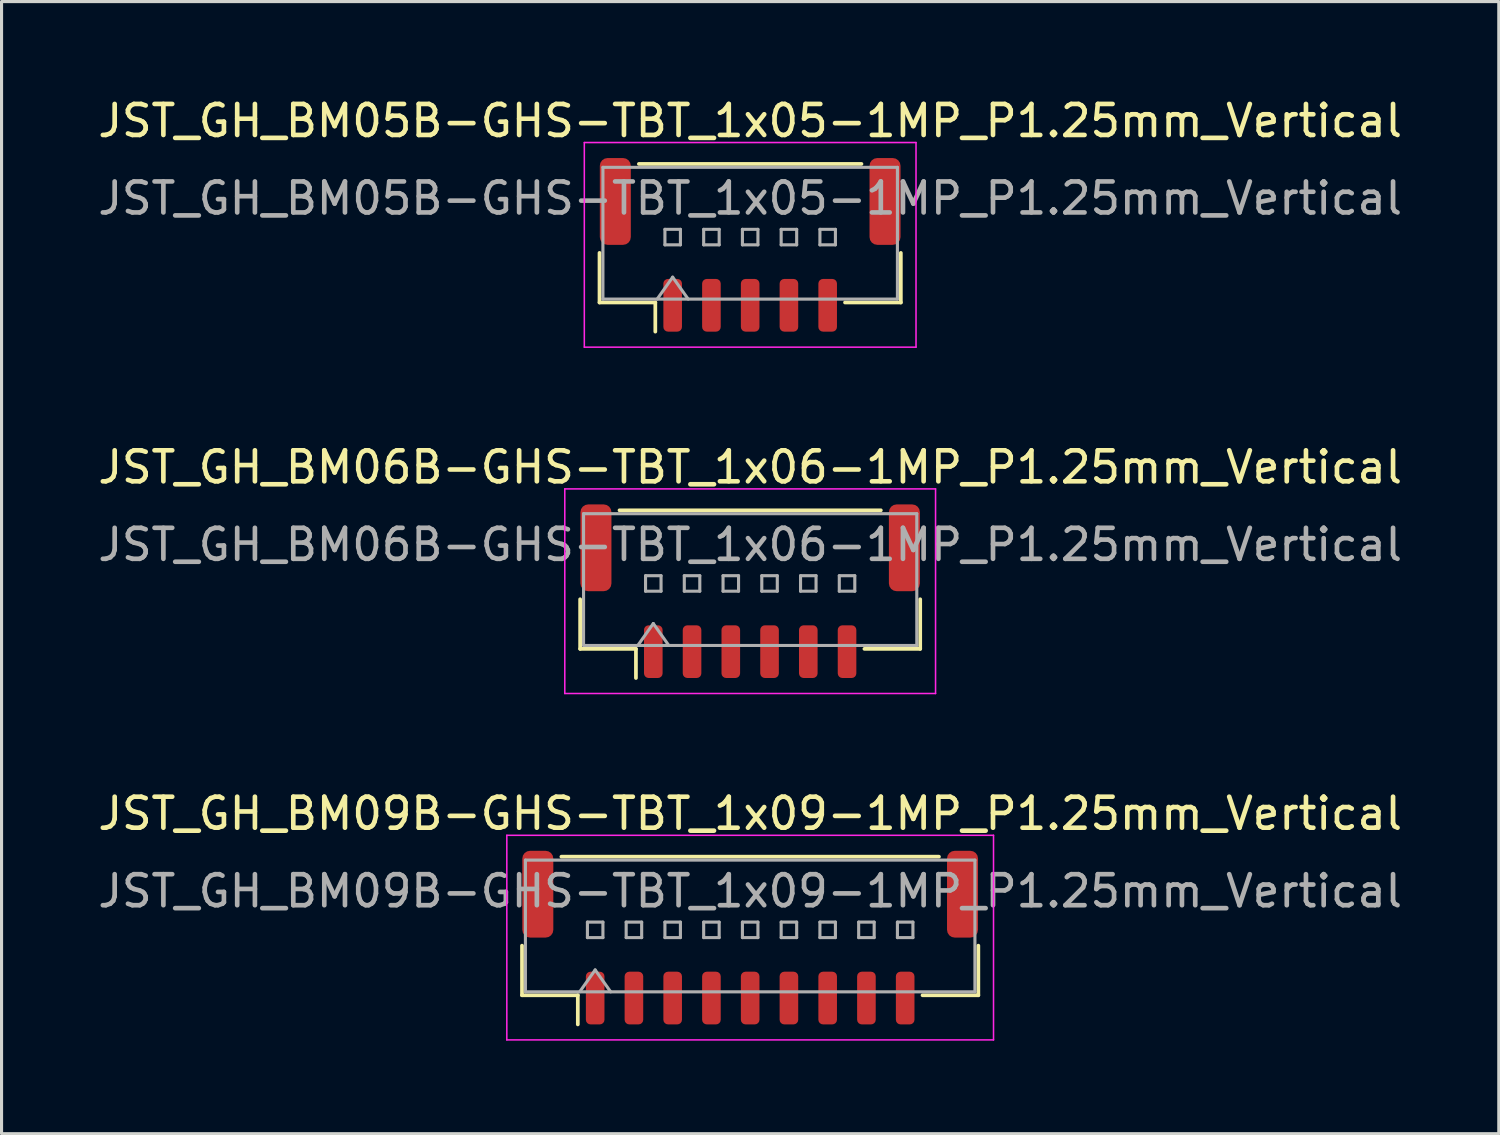
<source format=kicad_pcb>
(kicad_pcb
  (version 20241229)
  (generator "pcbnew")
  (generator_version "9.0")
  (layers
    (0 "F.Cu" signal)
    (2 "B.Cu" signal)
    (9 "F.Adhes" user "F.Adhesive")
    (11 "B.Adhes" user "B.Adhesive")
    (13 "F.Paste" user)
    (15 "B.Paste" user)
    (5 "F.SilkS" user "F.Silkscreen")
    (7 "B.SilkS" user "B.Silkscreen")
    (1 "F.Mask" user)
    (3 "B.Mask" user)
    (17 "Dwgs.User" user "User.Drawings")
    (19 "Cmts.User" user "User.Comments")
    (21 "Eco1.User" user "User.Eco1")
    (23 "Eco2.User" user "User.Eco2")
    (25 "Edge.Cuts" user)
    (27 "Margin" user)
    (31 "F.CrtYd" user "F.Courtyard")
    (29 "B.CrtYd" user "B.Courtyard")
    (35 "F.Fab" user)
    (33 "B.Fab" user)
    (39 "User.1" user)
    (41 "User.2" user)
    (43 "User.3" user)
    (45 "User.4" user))
  (footprint "JST_GH_BM05B-GHS-TBT_1x05-1MP_P1.25mm_Vertical"
    (layer "F.Cu")
    (at 21.149 4.848)
    (property "Reference" "JST_GH_BM05B-GHS-TBT_1x05-1MP_P1.25mm_Vertical" (at 0 -4 0) (layer "F.SilkS") (effects (font (size 1 1) (thickness 0.15))))
    (attr smd)
    (fp_line (start -4.86 0.26) (end -4.86 1.86) (stroke (width 0.12) (type solid)) (layer "F.SilkS"))
    (fp_line (start -4.86 1.86) (end -3.06 1.86) (stroke (width 0.12) (type solid)) (layer "F.SilkS"))
    (fp_line (start -3.59 -2.61) (end 3.59 -2.61) (stroke (width 0.12) (type solid)) (layer "F.SilkS"))
    (fp_line (start -3.06 1.86) (end -3.06 2.8) (stroke (width 0.12) (type solid)) (layer "F.SilkS"))
    (fp_line (start 4.86 0.26) (end 4.86 1.86) (stroke (width 0.12) (type solid)) (layer "F.SilkS"))
    (fp_line (start 4.86 1.86) (end 3.06 1.86) (stroke (width 0.12) (type solid)) (layer "F.SilkS"))
    (fp_line (start -5.35 -3.3) (end -5.35 3.3) (stroke (width 0.05) (type solid)) (layer "F.CrtYd"))
    (fp_line (start -5.35 3.3) (end 5.35 3.3) (stroke (width 0.05) (type solid)) (layer "F.CrtYd"))
    (fp_line (start 5.35 -3.3) (end -5.35 -3.3) (stroke (width 0.05) (type solid)) (layer "F.CrtYd"))
    (fp_line (start 5.35 3.3) (end 5.35 -3.3) (stroke (width 0.05) (type solid)) (layer "F.CrtYd"))
    (fp_line (start -4.75 -2.5) (end 4.75 -2.5) (stroke (width 0.1) (type solid)) (layer "F.Fab"))
    (fp_line (start -4.75 1.75) (end -4.75 -2.5) (stroke (width 0.1) (type solid)) (layer "F.Fab"))
    (fp_line (start -4.75 1.75) (end 4.75 1.75) (stroke (width 0.1) (type solid)) (layer "F.Fab"))
    (fp_line (start -3 1.75) (end -2.5 1.043) (stroke (width 0.1) (type solid)) (layer "F.Fab"))
    (fp_line (start -2.75 -0.5) (end -2.75 0) (stroke (width 0.1) (type solid)) (layer "F.Fab"))
    (fp_line (start -2.75 0) (end -2.25 0) (stroke (width 0.1) (type solid)) (layer "F.Fab"))
    (fp_line (start -2.5 1.043) (end -2 1.75) (stroke (width 0.1) (type solid)) (layer "F.Fab"))
    (fp_line (start -2.25 -0.5) (end -2.75 -0.5) (stroke (width 0.1) (type solid)) (layer "F.Fab"))
    (fp_line (start -2.25 0) (end -2.25 -0.5) (stroke (width 0.1) (type solid)) (layer "F.Fab"))
    (fp_line (start -1.5 -0.5) (end -1.5 0) (stroke (width 0.1) (type solid)) (layer "F.Fab"))
    (fp_line (start -1.5 0) (end -1 0) (stroke (width 0.1) (type solid)) (layer "F.Fab"))
    (fp_line (start -1 -0.5) (end -1.5 -0.5) (stroke (width 0.1) (type solid)) (layer "F.Fab"))
    (fp_line (start -1 0) (end -1 -0.5) (stroke (width 0.1) (type solid)) (layer "F.Fab"))
    (fp_line (start -0.25 -0.5) (end -0.25 0) (stroke (width 0.1) (type solid)) (layer "F.Fab"))
    (fp_line (start -0.25 0) (end 0.25 0) (stroke (width 0.1) (type solid)) (layer "F.Fab"))
    (fp_line (start 0.25 -0.5) (end -0.25 -0.5) (stroke (width 0.1) (type solid)) (layer "F.Fab"))
    (fp_line (start 0.25 0) (end 0.25 -0.5) (stroke (width 0.1) (type solid)) (layer "F.Fab"))
    (fp_line (start 1 -0.5) (end 1 0) (stroke (width 0.1) (type solid)) (layer "F.Fab"))
    (fp_line (start 1 0) (end 1.5 0) (stroke (width 0.1) (type solid)) (layer "F.Fab"))
    (fp_line (start 1.5 -0.5) (end 1 -0.5) (stroke (width 0.1) (type solid)) (layer "F.Fab"))
    (fp_line (start 1.5 0) (end 1.5 -0.5) (stroke (width 0.1) (type solid)) (layer "F.Fab"))
    (fp_line (start 2.25 -0.5) (end 2.25 0) (stroke (width 0.1) (type solid)) (layer "F.Fab"))
    (fp_line (start 2.25 0) (end 2.75 0) (stroke (width 0.1) (type solid)) (layer "F.Fab"))
    (fp_line (start 2.75 -0.5) (end 2.25 -0.5) (stroke (width 0.1) (type solid)) (layer "F.Fab"))
    (fp_line (start 2.75 0) (end 2.75 -0.5) (stroke (width 0.1) (type solid)) (layer "F.Fab"))
    (fp_line (start 4.75 1.75) (end 4.75 -2.5) (stroke (width 0.1) (type solid)) (layer "F.Fab"))
    (fp_text user "${REFERENCE}" (at 0 -1.5 0) (layer "F.Fab") (effects (font (size 1 1) (thickness 0.15))))
    (pad "1" smd roundrect (at -2.5 1.95) (size 0.6 1.7) (layers "F.Cu" "F.Mask" "F.Paste") (roundrect_rratio 0.25))
    (pad "2" smd roundrect (at -1.25 1.95) (size 0.6 1.7) (layers "F.Cu" "F.Mask" "F.Paste") (roundrect_rratio 0.25))
    (pad "3" smd roundrect (at 0 1.95) (size 0.6 1.7) (layers "F.Cu" "F.Mask" "F.Paste") (roundrect_rratio 0.25))
    (pad "4" smd roundrect (at 1.25 1.95) (size 0.6 1.7) (layers "F.Cu" "F.Mask" "F.Paste") (roundrect_rratio 0.25))
    (pad "5" smd roundrect (at 2.5 1.95) (size 0.6 1.7) (layers "F.Cu" "F.Mask" "F.Paste") (roundrect_rratio 0.25))
    (pad "MP" smd roundrect (at -4.35 -1.4) (size 1 2.8) (layers "F.Cu" "F.Mask" "F.Paste") (roundrect_rratio 0.25))
    (pad "MP" smd roundrect (at 4.35 -1.4) (size 1 2.8) (layers "F.Cu" "F.Mask" "F.Paste") (roundrect_rratio 0.25)))
  (footprint "JST_GH_BM06B-GHS-TBT_1x06-1MP_P1.25mm_Vertical"
    (layer "F.Cu")
    (at 21.149 16.021)
    (property "Reference" "JST_GH_BM06B-GHS-TBT_1x06-1MP_P1.25mm_Vertical" (at 0 -4 0) (layer "F.SilkS") (effects (font (size 1 1) (thickness 0.15))))
    (attr smd)
    (fp_line (start -5.485 0.26) (end -5.485 1.86) (stroke (width 0.12) (type solid)) (layer "F.SilkS"))
    (fp_line (start -5.485 1.86) (end -3.685 1.86) (stroke (width 0.12) (type solid)) (layer "F.SilkS"))
    (fp_line (start -4.215 -2.61) (end 4.215 -2.61) (stroke (width 0.12) (type solid)) (layer "F.SilkS"))
    (fp_line (start -3.685 1.86) (end -3.685 2.8) (stroke (width 0.12) (type solid)) (layer "F.SilkS"))
    (fp_line (start 5.485 0.26) (end 5.485 1.86) (stroke (width 0.12) (type solid)) (layer "F.SilkS"))
    (fp_line (start 5.485 1.86) (end 3.685 1.86) (stroke (width 0.12) (type solid)) (layer "F.SilkS"))
    (fp_line (start -5.98 -3.3) (end -5.98 3.3) (stroke (width 0.05) (type solid)) (layer "F.CrtYd"))
    (fp_line (start -5.98 3.3) (end 5.98 3.3) (stroke (width 0.05) (type solid)) (layer "F.CrtYd"))
    (fp_line (start 5.98 -3.3) (end -5.98 -3.3) (stroke (width 0.05) (type solid)) (layer "F.CrtYd"))
    (fp_line (start 5.98 3.3) (end 5.98 -3.3) (stroke (width 0.05) (type solid)) (layer "F.CrtYd"))
    (fp_line (start -5.375 -2.5) (end 5.375 -2.5) (stroke (width 0.1) (type solid)) (layer "F.Fab"))
    (fp_line (start -5.375 1.75) (end -5.375 -2.5) (stroke (width 0.1) (type solid)) (layer "F.Fab"))
    (fp_line (start -5.375 1.75) (end 5.375 1.75) (stroke (width 0.1) (type solid)) (layer "F.Fab"))
    (fp_line (start -3.625 1.75) (end -3.125 1.043) (stroke (width 0.1) (type solid)) (layer "F.Fab"))
    (fp_line (start -3.375 -0.5) (end -3.375 0) (stroke (width 0.1) (type solid)) (layer "F.Fab"))
    (fp_line (start -3.375 0) (end -2.875 0) (stroke (width 0.1) (type solid)) (layer "F.Fab"))
    (fp_line (start -3.125 1.043) (end -2.625 1.75) (stroke (width 0.1) (type solid)) (layer "F.Fab"))
    (fp_line (start -2.875 -0.5) (end -3.375 -0.5) (stroke (width 0.1) (type solid)) (layer "F.Fab"))
    (fp_line (start -2.875 0) (end -2.875 -0.5) (stroke (width 0.1) (type solid)) (layer "F.Fab"))
    (fp_line (start -2.125 -0.5) (end -2.125 0) (stroke (width 0.1) (type solid)) (layer "F.Fab"))
    (fp_line (start -2.125 0) (end -1.625 0) (stroke (width 0.1) (type solid)) (layer "F.Fab"))
    (fp_line (start -1.625 -0.5) (end -2.125 -0.5) (stroke (width 0.1) (type solid)) (layer "F.Fab"))
    (fp_line (start -1.625 0) (end -1.625 -0.5) (stroke (width 0.1) (type solid)) (layer "F.Fab"))
    (fp_line (start -0.875 -0.5) (end -0.875 0) (stroke (width 0.1) (type solid)) (layer "F.Fab"))
    (fp_line (start -0.875 0) (end -0.375 0) (stroke (width 0.1) (type solid)) (layer "F.Fab"))
    (fp_line (start -0.375 -0.5) (end -0.875 -0.5) (stroke (width 0.1) (type solid)) (layer "F.Fab"))
    (fp_line (start -0.375 0) (end -0.375 -0.5) (stroke (width 0.1) (type solid)) (layer "F.Fab"))
    (fp_line (start 0.375 -0.5) (end 0.375 0) (stroke (width 0.1) (type solid)) (layer "F.Fab"))
    (fp_line (start 0.375 0) (end 0.875 0) (stroke (width 0.1) (type solid)) (layer "F.Fab"))
    (fp_line (start 0.875 -0.5) (end 0.375 -0.5) (stroke (width 0.1) (type solid)) (layer "F.Fab"))
    (fp_line (start 0.875 0) (end 0.875 -0.5) (stroke (width 0.1) (type solid)) (layer "F.Fab"))
    (fp_line (start 1.625 -0.5) (end 1.625 0) (stroke (width 0.1) (type solid)) (layer "F.Fab"))
    (fp_line (start 1.625 0) (end 2.125 0) (stroke (width 0.1) (type solid)) (layer "F.Fab"))
    (fp_line (start 2.125 -0.5) (end 1.625 -0.5) (stroke (width 0.1) (type solid)) (layer "F.Fab"))
    (fp_line (start 2.125 0) (end 2.125 -0.5) (stroke (width 0.1) (type solid)) (layer "F.Fab"))
    (fp_line (start 2.875 -0.5) (end 2.875 0) (stroke (width 0.1) (type solid)) (layer "F.Fab"))
    (fp_line (start 2.875 0) (end 3.375 0) (stroke (width 0.1) (type solid)) (layer "F.Fab"))
    (fp_line (start 3.375 -0.5) (end 2.875 -0.5) (stroke (width 0.1) (type solid)) (layer "F.Fab"))
    (fp_line (start 3.375 0) (end 3.375 -0.5) (stroke (width 0.1) (type solid)) (layer "F.Fab"))
    (fp_line (start 5.375 1.75) (end 5.375 -2.5) (stroke (width 0.1) (type solid)) (layer "F.Fab"))
    (fp_text user "${REFERENCE}" (at 0 -1.5 0) (layer "F.Fab") (effects (font (size 1 1) (thickness 0.15))))
    (pad "1" smd roundrect (at -3.125 1.95) (size 0.6 1.7) (layers "F.Cu" "F.Mask" "F.Paste") (roundrect_rratio 0.25))
    (pad "2" smd roundrect (at -1.875 1.95) (size 0.6 1.7) (layers "F.Cu" "F.Mask" "F.Paste") (roundrect_rratio 0.25))
    (pad "3" smd roundrect (at -0.625 1.95) (size 0.6 1.7) (layers "F.Cu" "F.Mask" "F.Paste") (roundrect_rratio 0.25))
    (pad "4" smd roundrect (at 0.625 1.95) (size 0.6 1.7) (layers "F.Cu" "F.Mask" "F.Paste") (roundrect_rratio 0.25))
    (pad "5" smd roundrect (at 1.875 1.95) (size 0.6 1.7) (layers "F.Cu" "F.Mask" "F.Paste") (roundrect_rratio 0.25))
    (pad "6" smd roundrect (at 3.125 1.95) (size 0.6 1.7) (layers "F.Cu" "F.Mask" "F.Paste") (roundrect_rratio 0.25))
    (pad "MP" smd roundrect (at -4.975 -1.4) (size 1 2.8) (layers "F.Cu" "F.Mask" "F.Paste") (roundrect_rratio 0.25))
    (pad "MP" smd roundrect (at 4.975 -1.4) (size 1 2.8) (layers "F.Cu" "F.Mask" "F.Paste") (roundrect_rratio 0.25)))
  (footprint "JST_GH_BM09B-GHS-TBT_1x09-1MP_P1.25mm_Vertical"
    (layer "F.Cu")
    (at 21.149 27.195)
    (property "Reference" "JST_GH_BM09B-GHS-TBT_1x09-1MP_P1.25mm_Vertical" (at 0 -4 0) (layer "F.SilkS") (effects (font (size 1 1) (thickness 0.15))))
    (attr smd)
    (fp_line (start -7.36 0.26) (end -7.36 1.86) (stroke (width 0.12) (type solid)) (layer "F.SilkS"))
    (fp_line (start -7.36 1.86) (end -5.56 1.86) (stroke (width 0.12) (type solid)) (layer "F.SilkS"))
    (fp_line (start -6.09 -2.61) (end 6.09 -2.61) (stroke (width 0.12) (type solid)) (layer "F.SilkS"))
    (fp_line (start -5.56 1.86) (end -5.56 2.8) (stroke (width 0.12) (type solid)) (layer "F.SilkS"))
    (fp_line (start 7.36 0.26) (end 7.36 1.86) (stroke (width 0.12) (type solid)) (layer "F.SilkS"))
    (fp_line (start 7.36 1.86) (end 5.56 1.86) (stroke (width 0.12) (type solid)) (layer "F.SilkS"))
    (fp_line (start -7.85 -3.3) (end -7.85 3.3) (stroke (width 0.05) (type solid)) (layer "F.CrtYd"))
    (fp_line (start -7.85 3.3) (end 7.85 3.3) (stroke (width 0.05) (type solid)) (layer "F.CrtYd"))
    (fp_line (start 7.85 -3.3) (end -7.85 -3.3) (stroke (width 0.05) (type solid)) (layer "F.CrtYd"))
    (fp_line (start 7.85 3.3) (end 7.85 -3.3) (stroke (width 0.05) (type solid)) (layer "F.CrtYd"))
    (fp_line (start -7.25 -2.5) (end 7.25 -2.5) (stroke (width 0.1) (type solid)) (layer "F.Fab"))
    (fp_line (start -7.25 1.75) (end -7.25 -2.5) (stroke (width 0.1) (type solid)) (layer "F.Fab"))
    (fp_line (start -7.25 1.75) (end 7.25 1.75) (stroke (width 0.1) (type solid)) (layer "F.Fab"))
    (fp_line (start -5.5 1.75) (end -5 1.043) (stroke (width 0.1) (type solid)) (layer "F.Fab"))
    (fp_line (start -5.25 -0.5) (end -5.25 0) (stroke (width 0.1) (type solid)) (layer "F.Fab"))
    (fp_line (start -5.25 0) (end -4.75 0) (stroke (width 0.1) (type solid)) (layer "F.Fab"))
    (fp_line (start -5 1.043) (end -4.5 1.75) (stroke (width 0.1) (type solid)) (layer "F.Fab"))
    (fp_line (start -4.75 -0.5) (end -5.25 -0.5) (stroke (width 0.1) (type solid)) (layer "F.Fab"))
    (fp_line (start -4.75 0) (end -4.75 -0.5) (stroke (width 0.1) (type solid)) (layer "F.Fab"))
    (fp_line (start -4 -0.5) (end -4 0) (stroke (width 0.1) (type solid)) (layer "F.Fab"))
    (fp_line (start -4 0) (end -3.5 0) (stroke (width 0.1) (type solid)) (layer "F.Fab"))
    (fp_line (start -3.5 -0.5) (end -4 -0.5) (stroke (width 0.1) (type solid)) (layer "F.Fab"))
    (fp_line (start -3.5 0) (end -3.5 -0.5) (stroke (width 0.1) (type solid)) (layer "F.Fab"))
    (fp_line (start -2.75 -0.5) (end -2.75 0) (stroke (width 0.1) (type solid)) (layer "F.Fab"))
    (fp_line (start -2.75 0) (end -2.25 0) (stroke (width 0.1) (type solid)) (layer "F.Fab"))
    (fp_line (start -2.25 -0.5) (end -2.75 -0.5) (stroke (width 0.1) (type solid)) (layer "F.Fab"))
    (fp_line (start -2.25 0) (end -2.25 -0.5) (stroke (width 0.1) (type solid)) (layer "F.Fab"))
    (fp_line (start -1.5 -0.5) (end -1.5 0) (stroke (width 0.1) (type solid)) (layer "F.Fab"))
    (fp_line (start -1.5 0) (end -1 0) (stroke (width 0.1) (type solid)) (layer "F.Fab"))
    (fp_line (start -1 -0.5) (end -1.5 -0.5) (stroke (width 0.1) (type solid)) (layer "F.Fab"))
    (fp_line (start -1 0) (end -1 -0.5) (stroke (width 0.1) (type solid)) (layer "F.Fab"))
    (fp_line (start -0.25 -0.5) (end -0.25 0) (stroke (width 0.1) (type solid)) (layer "F.Fab"))
    (fp_line (start -0.25 0) (end 0.25 0) (stroke (width 0.1) (type solid)) (layer "F.Fab"))
    (fp_line (start 0.25 -0.5) (end -0.25 -0.5) (stroke (width 0.1) (type solid)) (layer "F.Fab"))
    (fp_line (start 0.25 0) (end 0.25 -0.5) (stroke (width 0.1) (type solid)) (layer "F.Fab"))
    (fp_line (start 1 -0.5) (end 1 0) (stroke (width 0.1) (type solid)) (layer "F.Fab"))
    (fp_line (start 1 0) (end 1.5 0) (stroke (width 0.1) (type solid)) (layer "F.Fab"))
    (fp_line (start 1.5 -0.5) (end 1 -0.5) (stroke (width 0.1) (type solid)) (layer "F.Fab"))
    (fp_line (start 1.5 0) (end 1.5 -0.5) (stroke (width 0.1) (type solid)) (layer "F.Fab"))
    (fp_line (start 2.25 -0.5) (end 2.25 0) (stroke (width 0.1) (type solid)) (layer "F.Fab"))
    (fp_line (start 2.25 0) (end 2.75 0) (stroke (width 0.1) (type solid)) (layer "F.Fab"))
    (fp_line (start 2.75 -0.5) (end 2.25 -0.5) (stroke (width 0.1) (type solid)) (layer "F.Fab"))
    (fp_line (start 2.75 0) (end 2.75 -0.5) (stroke (width 0.1) (type solid)) (layer "F.Fab"))
    (fp_line (start 3.5 -0.5) (end 3.5 0) (stroke (width 0.1) (type solid)) (layer "F.Fab"))
    (fp_line (start 3.5 0) (end 4 0) (stroke (width 0.1) (type solid)) (layer "F.Fab"))
    (fp_line (start 4 -0.5) (end 3.5 -0.5) (stroke (width 0.1) (type solid)) (layer "F.Fab"))
    (fp_line (start 4 0) (end 4 -0.5) (stroke (width 0.1) (type solid)) (layer "F.Fab"))
    (fp_line (start 4.75 -0.5) (end 4.75 0) (stroke (width 0.1) (type solid)) (layer "F.Fab"))
    (fp_line (start 4.75 0) (end 5.25 0) (stroke (width 0.1) (type solid)) (layer "F.Fab"))
    (fp_line (start 5.25 -0.5) (end 4.75 -0.5) (stroke (width 0.1) (type solid)) (layer "F.Fab"))
    (fp_line (start 5.25 0) (end 5.25 -0.5) (stroke (width 0.1) (type solid)) (layer "F.Fab"))
    (fp_line (start 7.25 1.75) (end 7.25 -2.5) (stroke (width 0.1) (type solid)) (layer "F.Fab"))
    (fp_text user "${REFERENCE}" (at 0 -1.5 0) (layer "F.Fab") (effects (font (size 1 1) (thickness 0.15))))
    (pad "1" smd roundrect (at -5 1.95) (size 0.6 1.7) (layers "F.Cu" "F.Mask" "F.Paste") (roundrect_rratio 0.25))
    (pad "2" smd roundrect (at -3.75 1.95) (size 0.6 1.7) (layers "F.Cu" "F.Mask" "F.Paste") (roundrect_rratio 0.25))
    (pad "3" smd roundrect (at -2.5 1.95) (size 0.6 1.7) (layers "F.Cu" "F.Mask" "F.Paste") (roundrect_rratio 0.25))
    (pad "4" smd roundrect (at -1.25 1.95) (size 0.6 1.7) (layers "F.Cu" "F.Mask" "F.Paste") (roundrect_rratio 0.25))
    (pad "5" smd roundrect (at 0 1.95) (size 0.6 1.7) (layers "F.Cu" "F.Mask" "F.Paste") (roundrect_rratio 0.25))
    (pad "6" smd roundrect (at 1.25 1.95) (size 0.6 1.7) (layers "F.Cu" "F.Mask" "F.Paste") (roundrect_rratio 0.25))
    (pad "7" smd roundrect (at 2.5 1.95) (size 0.6 1.7) (layers "F.Cu" "F.Mask" "F.Paste") (roundrect_rratio 0.25))
    (pad "8" smd roundrect (at 3.75 1.95) (size 0.6 1.7) (layers "F.Cu" "F.Mask" "F.Paste") (roundrect_rratio 0.25))
    (pad "9" smd roundrect (at 5 1.95) (size 0.6 1.7) (layers "F.Cu" "F.Mask" "F.Paste") (roundrect_rratio 0.25))
    (pad "MP" smd roundrect (at -6.85 -1.4) (size 1 2.8) (layers "F.Cu" "F.Mask" "F.Paste") (roundrect_rratio 0.25))
    (pad "MP" smd roundrect (at 6.85 -1.4) (size 1 2.8) (layers "F.Cu" "F.Mask" "F.Paste") (roundrect_rratio 0.25)))
  (gr_rect
    (start -3 -3)
    (end 45.298 33.52)
    (stroke (width 0.1) (type default))
    (fill no)
    (layer "Edge.Cuts")))
</source>
